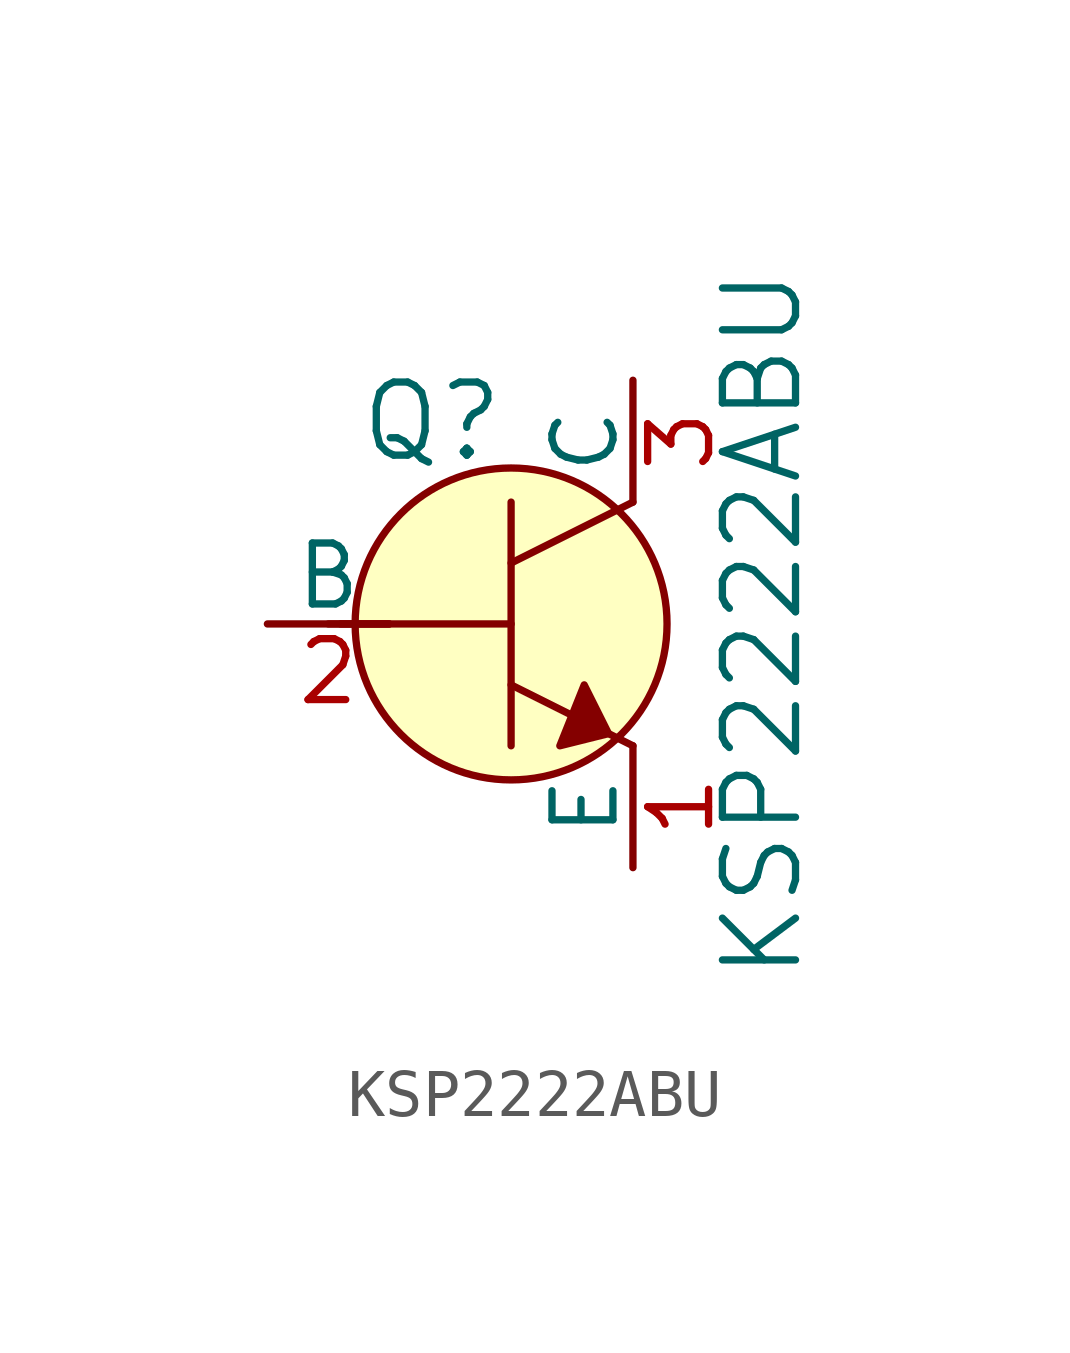
<source format=kicad_sym>
(kicad_symbol_lib
  (version 20201005)
  (generator kicad_symbol_editor)
  (symbol "KSP2222ABU"
    (pin_names
      (offset 0))
    (property "Reference" "Q"
      (at -3.2 4.216 0)
      (effects (font (size 1.524 1.524)) (justify left)))
    (property "Value" "KSP2222ABU"
      (at 5.232 0 90)
      (effects (font (size 1.524 1.524))))
    (symbol "KSP2222ABU_0_1"
      (circle (center 0 0) (radius 3.251) (stroke (width 0)) (fill (type background)))
      (polyline (pts (xy -3.81 0) (xy -2.54 0)) (stroke (width 0)) (fill (type none)))
      (polyline (pts (xy -3.556 0) (xy 0 0)) (stroke (width 0)) (fill (type none)))
      (polyline (pts (xy 0 -1.27) (xy 2.54 -2.54)) (stroke (width 0)) (fill (type none)))
      (polyline (pts (xy 0 1.27) (xy 2.54 2.54)) (stroke (width 0)) (fill (type none)))
      (polyline (pts (xy 0 2.54) (xy 0 -2.54)) (stroke (width 0)) (fill (type none)))
      (polyline (pts (xy 1.524 -1.27) (xy 2.032 -2.286) (xy 1.016 -2.54) (xy 1.524 -1.27)) (stroke (width 0)) (fill (type outline))))
    (symbol "KSP2222ABU_1_1"
      (pin passive line (at 2.54 -5.08 90) (length 2.54) (name "E" (effects (font (size 1.27 1.27)))) (number "1" (effects (font (size 1.27 1.27)))))
      (pin input line (at -5.08 0 0) (length 2.54) (name "B" (effects (font (size 1.27 1.27)))) (number "2" (effects (font (size 1.27 1.27)))))
      (pin passive line (at 2.54 5.08 270) (length 2.54) (name "C" (effects (font (size 1.27 1.27)))) (number "3" (effects (font (size 1.27 1.27))))))))
</source>
